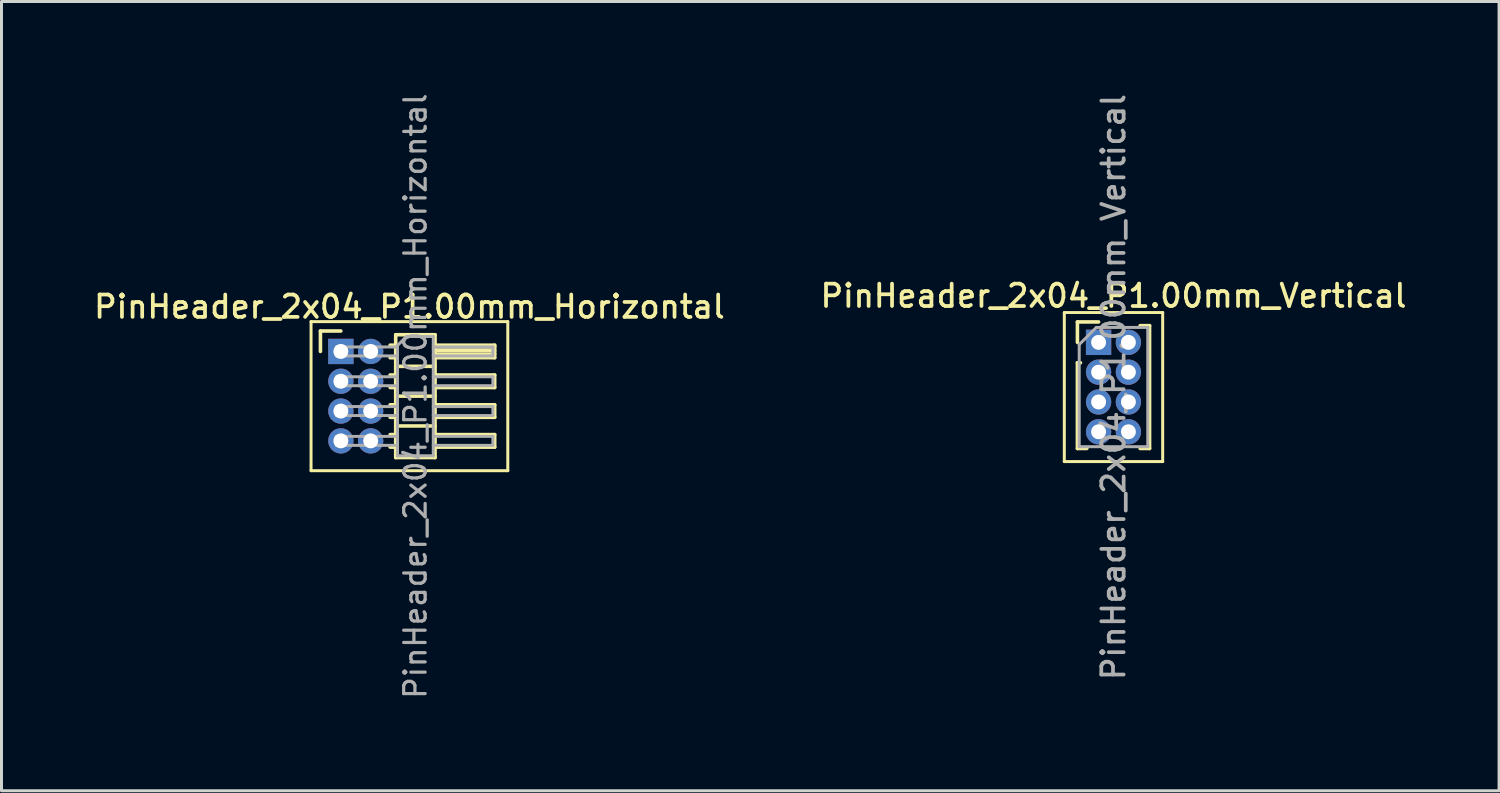
<source format=kicad_pcb>
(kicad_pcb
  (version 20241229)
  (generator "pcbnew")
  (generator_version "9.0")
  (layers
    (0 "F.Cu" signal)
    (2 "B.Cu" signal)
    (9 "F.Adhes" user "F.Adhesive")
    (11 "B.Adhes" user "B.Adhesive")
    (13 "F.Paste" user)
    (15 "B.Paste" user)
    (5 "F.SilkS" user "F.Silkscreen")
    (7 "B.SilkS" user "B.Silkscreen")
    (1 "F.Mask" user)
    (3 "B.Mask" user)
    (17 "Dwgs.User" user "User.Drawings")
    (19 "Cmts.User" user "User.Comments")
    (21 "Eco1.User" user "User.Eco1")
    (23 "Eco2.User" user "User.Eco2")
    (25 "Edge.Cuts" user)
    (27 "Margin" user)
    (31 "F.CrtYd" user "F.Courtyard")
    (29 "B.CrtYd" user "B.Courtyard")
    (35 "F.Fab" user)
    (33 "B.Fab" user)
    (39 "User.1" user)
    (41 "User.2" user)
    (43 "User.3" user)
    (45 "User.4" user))
  (footprint "PinHeader_2x04_P1.00mm_Vertical"
    (layer "F.Cu")
    (at 33.802 8.434)
    (property "Reference" "PinHeader_2x04_P1.00mm_Vertical" (at 0.5 -1.56 0) (layer "F.SilkS") (effects (font (size 0.75 0.75) (thickness 0.125))))
    (attr through_hole)
    (fp_line (start -1.15 -1) (end -1.15 4) (stroke (width 0.1) (type solid)) (layer "F.SilkS"))
    (fp_line (start -1.15 4) (end 2.15 4) (stroke (width 0.1) (type solid)) (layer "F.SilkS"))
    (fp_line (start -0.71 -0.685) (end 0 -0.685) (stroke (width 0.12) (type solid)) (layer "F.SilkS"))
    (fp_line (start -0.71 0) (end -0.71 -0.685) (stroke (width 0.12) (type solid)) (layer "F.SilkS"))
    (fp_line (start -0.71 0.685) (end -0.71 3.56) (stroke (width 0.12) (type solid)) (layer "F.SilkS"))
    (fp_line (start -0.71 0.685) (end -0.608 0.685) (stroke (width 0.12) (type solid)) (layer "F.SilkS"))
    (fp_line (start -0.71 3.56) (end -0.394 3.56) (stroke (width 0.12) (type solid)) (layer "F.SilkS"))
    (fp_line (start 0.394 3.56) (end 0.606 3.56) (stroke (width 0.12) (type solid)) (layer "F.SilkS"))
    (fp_line (start 1.394 -0.56) (end 1.71 -0.56) (stroke (width 0.12) (type solid)) (layer "F.SilkS"))
    (fp_line (start 1.394 3.56) (end 1.71 3.56) (stroke (width 0.12) (type solid)) (layer "F.SilkS"))
    (fp_line (start 1.71 -0.56) (end 1.71 3.56) (stroke (width 0.12) (type solid)) (layer "F.SilkS"))
    (fp_line (start 2.15 -1) (end -1.15 -1) (stroke (width 0.1) (type solid)) (layer "F.SilkS"))
    (fp_line (start 2.15 4) (end 2.15 -1) (stroke (width 0.1) (type solid)) (layer "F.SilkS"))
    (fp_line (start -0.65 0.075) (end -0.075 -0.5) (stroke (width 0.1) (type solid)) (layer "F.Fab"))
    (fp_line (start -0.65 3.5) (end -0.65 0.075) (stroke (width 0.1) (type solid)) (layer "F.Fab"))
    (fp_line (start -0.075 -0.5) (end 1.65 -0.5) (stroke (width 0.1) (type solid)) (layer "F.Fab"))
    (fp_line (start 1.65 -0.5) (end 1.65 3.5) (stroke (width 0.1) (type solid)) (layer "F.Fab"))
    (fp_line (start 1.65 3.5) (end -0.65 3.5) (stroke (width 0.1) (type solid)) (layer "F.Fab"))
    (fp_text user "${REFERENCE}" (at 0.5 1.5 90) (layer "F.Fab") (effects (font (size 0.75 0.75) (thickness 0.125))))
    (pad "1" thru_hole rect (at 0 0) (size 0.85 0.85) (drill 0.5) (layers "*.Cu" "*.Mask"))
    (pad "2" thru_hole oval (at 1 0) (size 0.85 0.85) (drill 0.5) (layers "*.Cu" "*.Mask"))
    (pad "3" thru_hole oval (at 0 1) (size 0.85 0.85) (drill 0.5) (layers "*.Cu" "*.Mask"))
    (pad "4" thru_hole oval (at 1 1) (size 0.85 0.85) (drill 0.5) (layers "*.Cu" "*.Mask"))
    (pad "5" thru_hole oval (at 0 2) (size 0.85 0.85) (drill 0.5) (layers "*.Cu" "*.Mask"))
    (pad "6" thru_hole oval (at 1 2) (size 0.85 0.85) (drill 0.5) (layers "*.Cu" "*.Mask"))
    (pad "7" thru_hole oval (at 0 3) (size 0.85 0.85) (drill 0.5) (layers "*.Cu" "*.Mask"))
    (pad "8" thru_hole oval (at 1 3) (size 0.85 0.85) (drill 0.5) (layers "*.Cu" "*.Mask")))
  (footprint "PinHeader_2x04_P1.00mm_Horizontal"
    (layer "F.Cu")
    (at 8.384 8.739)
    (property "Reference" "PinHeader_2x04_P1.00mm_Horizontal" (at 2.3 -1.5 0) (layer "F.SilkS") (effects (font (size 0.75 0.75) (thickness 0.125))))
    (attr through_hole)
    (fp_line (start -1 -1) (end -1 4) (stroke (width 0.1) (type solid)) (layer "F.SilkS"))
    (fp_line (start -1 4) (end 5.6 4) (stroke (width 0.1) (type solid)) (layer "F.SilkS"))
    (fp_line (start -0.685 -0.685) (end 0 -0.685) (stroke (width 0.12) (type solid)) (layer "F.SilkS"))
    (fp_line (start -0.685 0) (end -0.685 -0.685) (stroke (width 0.12) (type solid)) (layer "F.SilkS"))
    (fp_line (start 1.652 -0.21) (end 1.84 -0.21) (stroke (width 0.12) (type solid)) (layer "F.SilkS"))
    (fp_line (start 1.652 0.21) (end 1.84 0.21) (stroke (width 0.12) (type solid)) (layer "F.SilkS"))
    (fp_line (start 1.652 0.79) (end 1.84 0.79) (stroke (width 0.12) (type solid)) (layer "F.SilkS"))
    (fp_line (start 1.652 1.21) (end 1.84 1.21) (stroke (width 0.12) (type solid)) (layer "F.SilkS"))
    (fp_line (start 1.652 1.79) (end 1.84 1.79) (stroke (width 0.12) (type solid)) (layer "F.SilkS"))
    (fp_line (start 1.652 2.21) (end 1.84 2.21) (stroke (width 0.12) (type solid)) (layer "F.SilkS"))
    (fp_line (start 1.652 2.79) (end 1.84 2.79) (stroke (width 0.12) (type solid)) (layer "F.SilkS"))
    (fp_line (start 1.652 3.21) (end 1.84 3.21) (stroke (width 0.12) (type solid)) (layer "F.SilkS"))
    (fp_line (start 1.84 -0.56) (end 1.84 3.56) (stroke (width 0.12) (type solid)) (layer "F.SilkS"))
    (fp_line (start 1.84 0.5) (end 3.16 0.5) (stroke (width 0.12) (type solid)) (layer "F.SilkS"))
    (fp_line (start 1.84 1.5) (end 3.16 1.5) (stroke (width 0.12) (type solid)) (layer "F.SilkS"))
    (fp_line (start 1.84 2.5) (end 3.16 2.5) (stroke (width 0.12) (type solid)) (layer "F.SilkS"))
    (fp_line (start 1.84 3.56) (end 3.16 3.56) (stroke (width 0.12) (type solid)) (layer "F.SilkS"))
    (fp_line (start 3.16 -0.56) (end 1.84 -0.56) (stroke (width 0.12) (type solid)) (layer "F.SilkS"))
    (fp_line (start 3.16 -0.21) (end 5.16 -0.21) (stroke (width 0.12) (type solid)) (layer "F.SilkS"))
    (fp_line (start 3.16 -0.15) (end 5.16 -0.15) (stroke (width 0.12) (type solid)) (layer "F.SilkS"))
    (fp_line (start 3.16 -0.03) (end 5.16 -0.03) (stroke (width 0.12) (type solid)) (layer "F.SilkS"))
    (fp_line (start 3.16 0.09) (end 5.16 0.09) (stroke (width 0.12) (type solid)) (layer "F.SilkS"))
    (fp_line (start 3.16 0.79) (end 5.16 0.79) (stroke (width 0.12) (type solid)) (layer "F.SilkS"))
    (fp_line (start 3.16 1.79) (end 5.16 1.79) (stroke (width 0.12) (type solid)) (layer "F.SilkS"))
    (fp_line (start 3.16 2.79) (end 5.16 2.79) (stroke (width 0.12) (type solid)) (layer "F.SilkS"))
    (fp_line (start 3.16 3.56) (end 3.16 -0.56) (stroke (width 0.12) (type solid)) (layer "F.SilkS"))
    (fp_line (start 5.16 -0.21) (end 5.16 0.21) (stroke (width 0.12) (type solid)) (layer "F.SilkS"))
    (fp_line (start 5.16 0.21) (end 3.16 0.21) (stroke (width 0.12) (type solid)) (layer "F.SilkS"))
    (fp_line (start 5.16 0.79) (end 5.16 1.21) (stroke (width 0.12) (type solid)) (layer "F.SilkS"))
    (fp_line (start 5.16 1.21) (end 3.16 1.21) (stroke (width 0.12) (type solid)) (layer "F.SilkS"))
    (fp_line (start 5.16 1.79) (end 5.16 2.21) (stroke (width 0.12) (type solid)) (layer "F.SilkS"))
    (fp_line (start 5.16 2.21) (end 3.16 2.21) (stroke (width 0.12) (type solid)) (layer "F.SilkS"))
    (fp_line (start 5.16 2.79) (end 5.16 3.21) (stroke (width 0.12) (type solid)) (layer "F.SilkS"))
    (fp_line (start 5.16 3.21) (end 3.16 3.21) (stroke (width 0.12) (type solid)) (layer "F.SilkS"))
    (fp_line (start 5.6 -1) (end -1 -1) (stroke (width 0.1) (type solid)) (layer "F.SilkS"))
    (fp_line (start 5.6 4) (end 5.6 -1) (stroke (width 0.1) (type solid)) (layer "F.SilkS"))
    (fp_line (start -0.15 -0.15) (end -0.15 0.15) (stroke (width 0.1) (type solid)) (layer "F.Fab"))
    (fp_line (start -0.15 -0.15) (end 1.9 -0.15) (stroke (width 0.1) (type solid)) (layer "F.Fab"))
    (fp_line (start -0.15 0.15) (end 1.9 0.15) (stroke (width 0.1) (type solid)) (layer "F.Fab"))
    (fp_line (start -0.15 0.85) (end -0.15 1.15) (stroke (width 0.1) (type solid)) (layer "F.Fab"))
    (fp_line (start -0.15 0.85) (end 1.9 0.85) (stroke (width 0.1) (type solid)) (layer "F.Fab"))
    (fp_line (start -0.15 1.15) (end 1.9 1.15) (stroke (width 0.1) (type solid)) (layer "F.Fab"))
    (fp_line (start -0.15 1.85) (end -0.15 2.15) (stroke (width 0.1) (type solid)) (layer "F.Fab"))
    (fp_line (start -0.15 1.85) (end 1.9 1.85) (stroke (width 0.1) (type solid)) (layer "F.Fab"))
    (fp_line (start -0.15 2.15) (end 1.9 2.15) (stroke (width 0.1) (type solid)) (layer "F.Fab"))
    (fp_line (start -0.15 2.85) (end -0.15 3.15) (stroke (width 0.1) (type solid)) (layer "F.Fab"))
    (fp_line (start -0.15 2.85) (end 1.9 2.85) (stroke (width 0.1) (type solid)) (layer "F.Fab"))
    (fp_line (start -0.15 3.15) (end 1.9 3.15) (stroke (width 0.1) (type solid)) (layer "F.Fab"))
    (fp_line (start 1.9 -0.2) (end 2.2 -0.5) (stroke (width 0.1) (type solid)) (layer "F.Fab"))
    (fp_line (start 1.9 3.5) (end 1.9 -0.2) (stroke (width 0.1) (type solid)) (layer "F.Fab"))
    (fp_line (start 2.2 -0.5) (end 3.1 -0.5) (stroke (width 0.1) (type solid)) (layer "F.Fab"))
    (fp_line (start 3.1 -0.5) (end 3.1 3.5) (stroke (width 0.1) (type solid)) (layer "F.Fab"))
    (fp_line (start 3.1 -0.15) (end 5.1 -0.15) (stroke (width 0.1) (type solid)) (layer "F.Fab"))
    (fp_line (start 3.1 0.15) (end 5.1 0.15) (stroke (width 0.1) (type solid)) (layer "F.Fab"))
    (fp_line (start 3.1 0.85) (end 5.1 0.85) (stroke (width 0.1) (type solid)) (layer "F.Fab"))
    (fp_line (start 3.1 1.15) (end 5.1 1.15) (stroke (width 0.1) (type solid)) (layer "F.Fab"))
    (fp_line (start 3.1 1.85) (end 5.1 1.85) (stroke (width 0.1) (type solid)) (layer "F.Fab"))
    (fp_line (start 3.1 2.15) (end 5.1 2.15) (stroke (width 0.1) (type solid)) (layer "F.Fab"))
    (fp_line (start 3.1 2.85) (end 5.1 2.85) (stroke (width 0.1) (type solid)) (layer "F.Fab"))
    (fp_line (start 3.1 3.15) (end 5.1 3.15) (stroke (width 0.1) (type solid)) (layer "F.Fab"))
    (fp_line (start 3.1 3.5) (end 1.9 3.5) (stroke (width 0.1) (type solid)) (layer "F.Fab"))
    (fp_line (start 5.1 -0.15) (end 5.1 0.15) (stroke (width 0.1) (type solid)) (layer "F.Fab"))
    (fp_line (start 5.1 0.85) (end 5.1 1.15) (stroke (width 0.1) (type solid)) (layer "F.Fab"))
    (fp_line (start 5.1 1.85) (end 5.1 2.15) (stroke (width 0.1) (type solid)) (layer "F.Fab"))
    (fp_line (start 5.1 2.85) (end 5.1 3.15) (stroke (width 0.1) (type solid)) (layer "F.Fab"))
    (fp_text user "${REFERENCE}" (at 2.5 1.5 90) (layer "F.Fab") (effects (font (size 0.72 0.72) (thickness 0.108))))
    (pad "1" thru_hole rect (at 0 0) (size 0.85 0.85) (drill 0.5) (layers "*.Cu" "*.Mask"))
    (pad "2" thru_hole oval (at 1 0) (size 0.85 0.85) (drill 0.5) (layers "*.Cu" "*.Mask"))
    (pad "3" thru_hole oval (at 0 1) (size 0.85 0.85) (drill 0.5) (layers "*.Cu" "*.Mask"))
    (pad "4" thru_hole oval (at 1 1) (size 0.85 0.85) (drill 0.5) (layers "*.Cu" "*.Mask"))
    (pad "5" thru_hole oval (at 0 2) (size 0.85 0.85) (drill 0.5) (layers "*.Cu" "*.Mask"))
    (pad "6" thru_hole oval (at 1 2) (size 0.85 0.85) (drill 0.5) (layers "*.Cu" "*.Mask"))
    (pad "7" thru_hole oval (at 0 3) (size 0.85 0.85) (drill 0.5) (layers "*.Cu" "*.Mask"))
    (pad "8" thru_hole oval (at 1 3) (size 0.85 0.85) (drill 0.5) (layers "*.Cu" "*.Mask")))
  (gr_rect
    (start -3 -3)
    (end 47.236 23.477)
    (stroke (width 0.1) (type default))
    (fill no)
    (layer "Edge.Cuts")))
</source>
